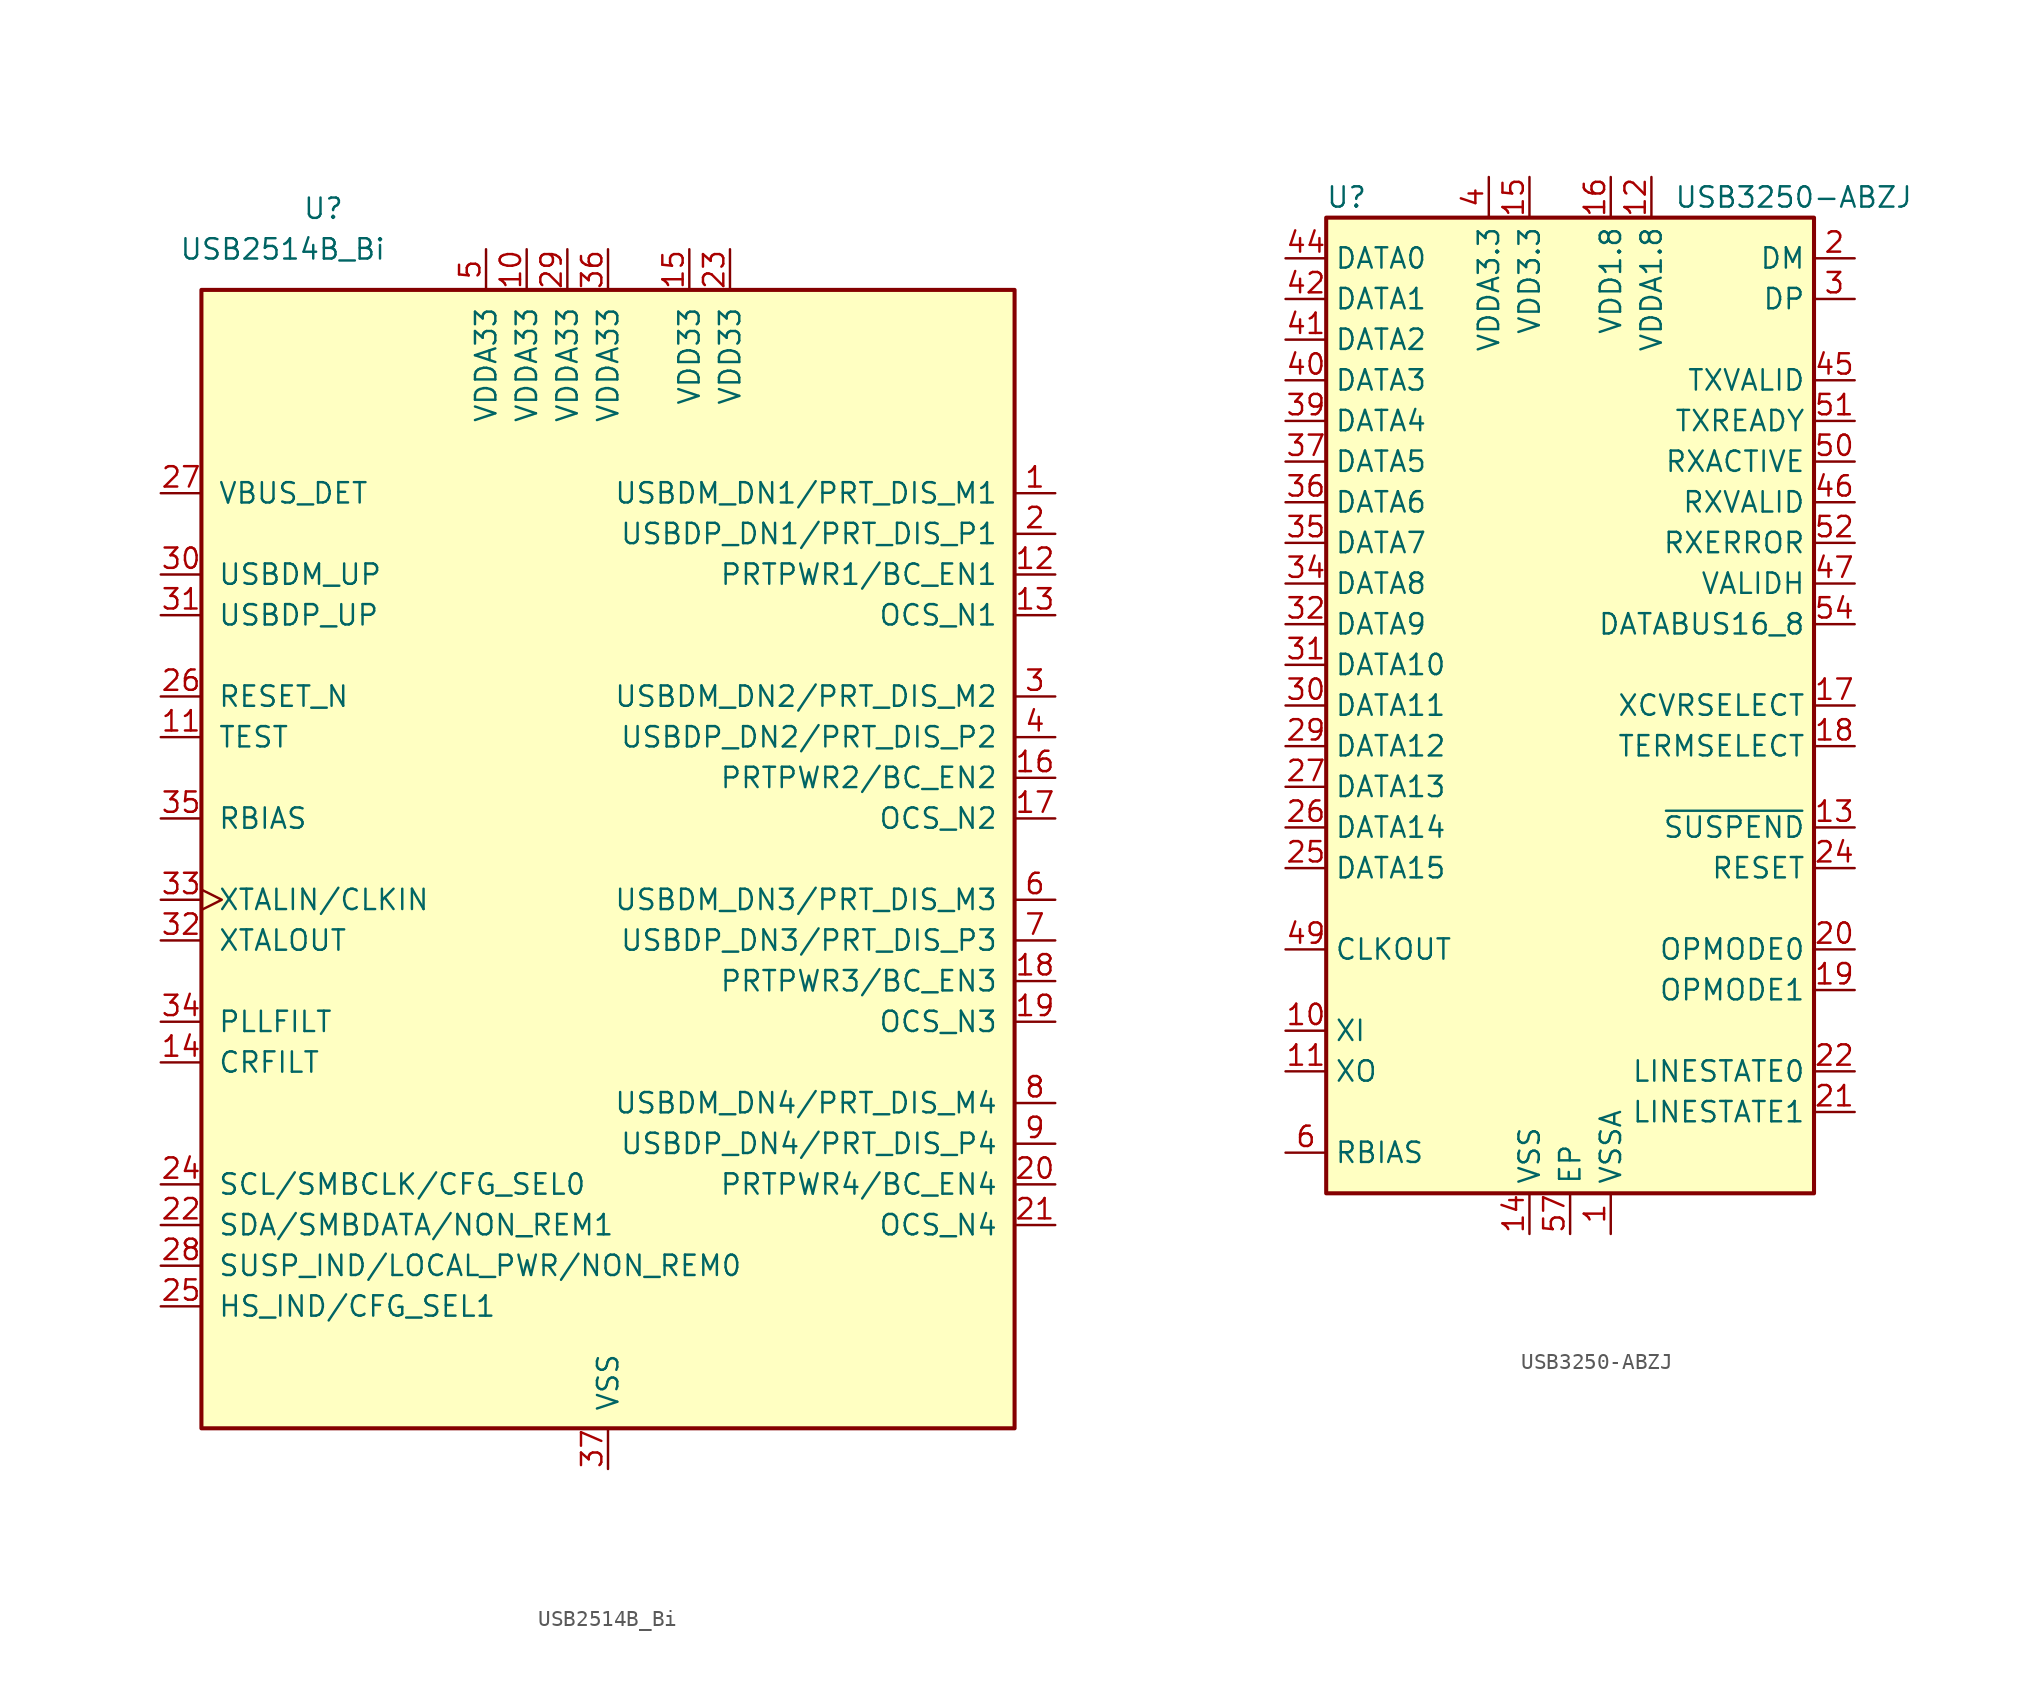
<source format=kicad_sym>
(kicad_symbol_lib
  (version 20241209)
  (generator "kicad_symbol_editor")
  (generator_version "9.0")
  (symbol "USB2514B_Bi"
    (pin_names
      (offset 1.016))
    (property "Reference" "U"
      (at -17.78 40.64 0)
      (effects (font (size 1.27 1.27))))
    (property "Value" "USB2514B_Bi"
      (at -20.32 38.1 0)
      (effects (font (size 1.27 1.27))))
    (symbol "USB2514B_Bi_0_1"
      (rectangle (start -25.4 35.56) (end 25.4 -35.56) (stroke (width 0.254) (type default)) (fill (type background))))
    (symbol "USB2514B_Bi_1_1"
      (pin input line (at -27.94 22.86 0) (length 2.54) (name "VBUS_DET" (effects (font (size 1.27 1.27)))) (number "27" (effects (font (size 1.27 1.27)))))
      (pin bidirectional line (at -27.94 17.78 0) (length 2.54) (name "USBDM_UP" (effects (font (size 1.27 1.27)))) (number "30" (effects (font (size 1.27 1.27)))))
      (pin bidirectional line (at -27.94 15.24 0) (length 2.54) (name "USBDP_UP" (effects (font (size 1.27 1.27)))) (number "31" (effects (font (size 1.27 1.27)))))
      (pin input line (at -27.94 10.16 0) (length 2.54) (name "RESET_N" (effects (font (size 1.27 1.27)))) (number "26" (effects (font (size 1.27 1.27)))))
      (pin input line (at -27.94 7.62 0) (length 2.54) (name "TEST" (effects (font (size 1.27 1.27)))) (number "11" (effects (font (size 1.27 1.27)))))
      (pin input line (at -27.94 2.54 0) (length 2.54) (name "RBIAS" (effects (font (size 1.27 1.27)))) (number "35" (effects (font (size 1.27 1.27)))))
      (pin input clock (at -27.94 -2.54 0) (length 2.54) (name "XTALIN/CLKIN" (effects (font (size 1.27 1.27)))) (number "33" (effects (font (size 1.27 1.27)))))
      (pin output line (at -27.94 -5.08 0) (length 2.54) (name "XTALOUT" (effects (font (size 1.27 1.27)))) (number "32" (effects (font (size 1.27 1.27)))))
      (pin input line (at -27.94 -10.16 0) (length 2.54) (name "PLLFILT" (effects (font (size 1.27 1.27)))) (number "34" (effects (font (size 1.27 1.27)))))
      (pin input line (at -27.94 -12.7 0) (length 2.54) (name "CRFILT" (effects (font (size 1.27 1.27)))) (number "14" (effects (font (size 1.27 1.27)))))
      (pin bidirectional line (at -27.94 -20.32 0) (length 2.54) (name "SCL/SMBCLK/CFG_SEL0" (effects (font (size 1.27 1.27)))) (number "24" (effects (font (size 1.27 1.27)))))
      (pin bidirectional line (at -27.94 -22.86 0) (length 2.54) (name "SDA/SMBDATA/NON_REM1" (effects (font (size 1.27 1.27)))) (number "22" (effects (font (size 1.27 1.27)))))
      (pin bidirectional line (at -27.94 -25.4 0) (length 2.54) (name "SUSP_IND/LOCAL_PWR/NON_REM0" (effects (font (size 1.27 1.27)))) (number "28" (effects (font (size 1.27 1.27)))))
      (pin bidirectional line (at -27.94 -27.94 0) (length 2.54) (name "HS_IND/CFG_SEL1" (effects (font (size 1.27 1.27)))) (number "25" (effects (font (size 1.27 1.27)))))
      (pin power_in line (at -7.62 38.1 270) (length 2.54) (name "VDDA33" (effects (font (size 1.27 1.27)))) (number "5" (effects (font (size 1.27 1.27)))))
      (pin power_in line (at -5.08 38.1 270) (length 2.54) (name "VDDA33" (effects (font (size 1.27 1.27)))) (number "10" (effects (font (size 1.27 1.27)))))
      (pin power_in line (at -2.54 38.1 270) (length 2.54) (name "VDDA33" (effects (font (size 1.27 1.27)))) (number "29" (effects (font (size 1.27 1.27)))))
      (pin power_in line (at 0 38.1 270) (length 2.54) (name "VDDA33" (effects (font (size 1.27 1.27)))) (number "36" (effects (font (size 1.27 1.27)))))
      (pin power_in line (at 0 -38.1 90) (length 2.54) (name "VSS" (effects (font (size 1.27 1.27)))) (number "37" (effects (font (size 1.27 1.27)))))
      (pin power_in line (at 5.08 38.1 270) (length 2.54) (name "VDD33" (effects (font (size 1.27 1.27)))) (number "15" (effects (font (size 1.27 1.27)))))
      (pin power_in line (at 7.62 38.1 270) (length 2.54) (name "VDD33" (effects (font (size 1.27 1.27)))) (number "23" (effects (font (size 1.27 1.27)))))
      (pin bidirectional line (at 27.94 22.86 180) (length 2.54) (name "USBDM_DN1/PRT_DIS_M1" (effects (font (size 1.27 1.27)))) (number "1" (effects (font (size 1.27 1.27)))))
      (pin bidirectional line (at 27.94 20.32 180) (length 2.54) (name "USBDP_DN1/PRT_DIS_P1" (effects (font (size 1.27 1.27)))) (number "2" (effects (font (size 1.27 1.27)))))
      (pin bidirectional line (at 27.94 17.78 180) (length 2.54) (name "PRTPWR1/BC_EN1" (effects (font (size 1.27 1.27)))) (number "12" (effects (font (size 1.27 1.27)))))
      (pin input line (at 27.94 15.24 180) (length 2.54) (name "OCS_N1" (effects (font (size 1.27 1.27)))) (number "13" (effects (font (size 1.27 1.27)))))
      (pin bidirectional line (at 27.94 10.16 180) (length 2.54) (name "USBDM_DN2/PRT_DIS_M2" (effects (font (size 1.27 1.27)))) (number "3" (effects (font (size 1.27 1.27)))))
      (pin bidirectional line (at 27.94 7.62 180) (length 2.54) (name "USBDP_DN2/PRT_DIS_P2" (effects (font (size 1.27 1.27)))) (number "4" (effects (font (size 1.27 1.27)))))
      (pin bidirectional line (at 27.94 5.08 180) (length 2.54) (name "PRTPWR2/BC_EN2" (effects (font (size 1.27 1.27)))) (number "16" (effects (font (size 1.27 1.27)))))
      (pin input line (at 27.94 2.54 180) (length 2.54) (name "OCS_N2" (effects (font (size 1.27 1.27)))) (number "17" (effects (font (size 1.27 1.27)))))
      (pin bidirectional line (at 27.94 -2.54 180) (length 2.54) (name "USBDM_DN3/PRT_DIS_M3" (effects (font (size 1.27 1.27)))) (number "6" (effects (font (size 1.27 1.27)))))
      (pin bidirectional line (at 27.94 -5.08 180) (length 2.54) (name "USBDP_DN3/PRT_DIS_P3" (effects (font (size 1.27 1.27)))) (number "7" (effects (font (size 1.27 1.27)))))
      (pin bidirectional line (at 27.94 -7.62 180) (length 2.54) (name "PRTPWR3/BC_EN3" (effects (font (size 1.27 1.27)))) (number "18" (effects (font (size 1.27 1.27)))))
      (pin input line (at 27.94 -10.16 180) (length 2.54) (name "OCS_N3" (effects (font (size 1.27 1.27)))) (number "19" (effects (font (size 1.27 1.27)))))
      (pin bidirectional line (at 27.94 -15.24 180) (length 2.54) (name "USBDM_DN4/PRT_DIS_M4" (effects (font (size 1.27 1.27)))) (number "8" (effects (font (size 1.27 1.27)))))
      (pin bidirectional line (at 27.94 -17.78 180) (length 2.54) (name "USBDP_DN4/PRT_DIS_P4" (effects (font (size 1.27 1.27)))) (number "9" (effects (font (size 1.27 1.27)))))
      (pin bidirectional line (at 27.94 -20.32 180) (length 2.54) (name "PRTPWR4/BC_EN4" (effects (font (size 1.27 1.27)))) (number "20" (effects (font (size 1.27 1.27)))))
      (pin input line (at 27.94 -22.86 180) (length 2.54) (name "OCS_N4" (effects (font (size 1.27 1.27)))) (number "21" (effects (font (size 1.27 1.27)))))))
  (symbol "USB3250-ABZJ"
    (property "Reference" "U"
      (at -13.97 31.75 0)
      (effects (font (size 1.27 1.27))))
    (property "Value" "USB3250-ABZJ"
      (at 13.97 31.75 0)
      (effects (font (size 1.27 1.27))))
    (symbol "USB3250-ABZJ_0_1"
      (rectangle (start 15.24 -30.48) (end -15.24 30.48) (stroke (width 0.254) (type default)) (fill (type background))))
    (symbol "USB3250-ABZJ_1_1"
      (pin bidirectional line (at -17.78 27.94 0) (length 2.54) (name "DATA0" (effects (font (size 1.27 1.27)))) (number "44" (effects (font (size 1.27 1.27)))))
      (pin bidirectional line (at -17.78 25.4 0) (length 2.54) (name "DATA1" (effects (font (size 1.27 1.27)))) (number "42" (effects (font (size 1.27 1.27)))))
      (pin bidirectional line (at -17.78 22.86 0) (length 2.54) (name "DATA2" (effects (font (size 1.27 1.27)))) (number "41" (effects (font (size 1.27 1.27)))))
      (pin bidirectional line (at -17.78 20.32 0) (length 2.54) (name "DATA3" (effects (font (size 1.27 1.27)))) (number "40" (effects (font (size 1.27 1.27)))))
      (pin bidirectional line (at -17.78 17.78 0) (length 2.54) (name "DATA4" (effects (font (size 1.27 1.27)))) (number "39" (effects (font (size 1.27 1.27)))))
      (pin bidirectional line (at -17.78 15.24 0) (length 2.54) (name "DATA5" (effects (font (size 1.27 1.27)))) (number "37" (effects (font (size 1.27 1.27)))))
      (pin bidirectional line (at -17.78 12.7 0) (length 2.54) (name "DATA6" (effects (font (size 1.27 1.27)))) (number "36" (effects (font (size 1.27 1.27)))))
      (pin bidirectional line (at -17.78 10.16 0) (length 2.54) (name "DATA7" (effects (font (size 1.27 1.27)))) (number "35" (effects (font (size 1.27 1.27)))))
      (pin bidirectional line (at -17.78 7.62 0) (length 2.54) (name "DATA8" (effects (font (size 1.27 1.27)))) (number "34" (effects (font (size 1.27 1.27)))))
      (pin bidirectional line (at -17.78 5.08 0) (length 2.54) (name "DATA9" (effects (font (size 1.27 1.27)))) (number "32" (effects (font (size 1.27 1.27)))))
      (pin bidirectional line (at -17.78 2.54 0) (length 2.54) (name "DATA10" (effects (font (size 1.27 1.27)))) (number "31" (effects (font (size 1.27 1.27)))))
      (pin bidirectional line (at -17.78 0 0) (length 2.54) (name "DATA11" (effects (font (size 1.27 1.27)))) (number "30" (effects (font (size 1.27 1.27)))))
      (pin bidirectional line (at -17.78 -2.54 0) (length 2.54) (name "DATA12" (effects (font (size 1.27 1.27)))) (number "29" (effects (font (size 1.27 1.27)))))
      (pin bidirectional line (at -17.78 -5.08 0) (length 2.54) (name "DATA13" (effects (font (size 1.27 1.27)))) (number "27" (effects (font (size 1.27 1.27)))))
      (pin bidirectional line (at -17.78 -7.62 0) (length 2.54) (name "DATA14" (effects (font (size 1.27 1.27)))) (number "26" (effects (font (size 1.27 1.27)))))
      (pin bidirectional line (at -17.78 -10.16 0) (length 2.54) (name "DATA15" (effects (font (size 1.27 1.27)))) (number "25" (effects (font (size 1.27 1.27)))))
      (pin output line (at -17.78 -15.24 0) (length 2.54) (name "CLKOUT" (effects (font (size 1.27 1.27)))) (number "49" (effects (font (size 1.27 1.27)))))
      (pin input line (at -17.78 -20.32 0) (length 2.54) (name "XI" (effects (font (size 1.27 1.27)))) (number "10" (effects (font (size 1.27 1.27)))))
      (pin output line (at -17.78 -22.86 0) (length 2.54) (name "XO" (effects (font (size 1.27 1.27)))) (number "11" (effects (font (size 1.27 1.27)))))
      (pin passive line (at -17.78 -27.94 0) (length 2.54) (name "RBIAS" (effects (font (size 1.27 1.27)))) (number "6" (effects (font (size 1.27 1.27)))))
      (pin power_in line (at -5.08 33.02 270) (length 2.54) (name "VDDA3.3" (effects (font (size 1.27 1.27)))) (number "4" (effects (font (size 1.27 1.27)))))
      (pin passive line (at -5.08 33.02 270) (length 2.54) (hide yes) (name "VDDA3.3" (effects (font (size 1.27 1.27)))) (number "7" (effects (font (size 1.27 1.27)))))
      (pin power_in line (at -2.54 33.02 270) (length 2.54) (name "VDD3.3" (effects (font (size 1.27 1.27)))) (number "15" (effects (font (size 1.27 1.27)))))
      (pin passive line (at -2.54 33.02 270) (length 2.54) (hide yes) (name "VDD3.3" (effects (font (size 1.27 1.27)))) (number "28" (effects (font (size 1.27 1.27)))))
      (pin passive line (at -2.54 33.02 270) (length 2.54) (hide yes) (name "VDD3.3" (effects (font (size 1.27 1.27)))) (number "43" (effects (font (size 1.27 1.27)))))
      (pin power_in line (at -2.54 -33.02 90) (length 2.54) (name "VSS" (effects (font (size 1.27 1.27)))) (number "14" (effects (font (size 1.27 1.27)))))
      (pin passive line (at -2.54 -33.02 90) (length 2.54) (hide yes) (name "VSS" (effects (font (size 1.27 1.27)))) (number "33" (effects (font (size 1.27 1.27)))))
      (pin passive line (at -2.54 -33.02 90) (length 2.54) (hide yes) (name "VSS" (effects (font (size 1.27 1.27)))) (number "48" (effects (font (size 1.27 1.27)))))
      (pin passive line (at -2.54 -33.02 90) (length 2.54) (hide yes) (name "VSS" (effects (font (size 1.27 1.27)))) (number "55" (effects (font (size 1.27 1.27)))))
      (pin passive line (at -2.54 -33.02 90) (length 2.54) (hide yes) (name "VSS" (effects (font (size 1.27 1.27)))) (number "56" (effects (font (size 1.27 1.27)))))
      (pin power_in line (at 0 -33.02 90) (length 2.54) (name "EP" (effects (font (size 1.27 1.27)))) (number "57" (effects (font (size 1.27 1.27)))))
      (pin power_in line (at 2.54 33.02 270) (length 2.54) (name "VDD1.8" (effects (font (size 1.27 1.27)))) (number "16" (effects (font (size 1.27 1.27)))))
      (pin passive line (at 2.54 33.02 270) (length 2.54) (hide yes) (name "VDD1.8" (effects (font (size 1.27 1.27)))) (number "23" (effects (font (size 1.27 1.27)))))
      (pin passive line (at 2.54 33.02 270) (length 2.54) (hide yes) (name "VDD1.8" (effects (font (size 1.27 1.27)))) (number "38" (effects (font (size 1.27 1.27)))))
      (pin passive line (at 2.54 33.02 270) (length 2.54) (hide yes) (name "VDD1.8" (effects (font (size 1.27 1.27)))) (number "53" (effects (font (size 1.27 1.27)))))
      (pin power_in line (at 2.54 -33.02 90) (length 2.54) (name "VSSA" (effects (font (size 1.27 1.27)))) (number "1" (effects (font (size 1.27 1.27)))))
      (pin passive line (at 2.54 -33.02 90) (length 2.54) (hide yes) (name "VSSA" (effects (font (size 1.27 1.27)))) (number "5" (effects (font (size 1.27 1.27)))))
      (pin passive line (at 2.54 -33.02 90) (length 2.54) (hide yes) (name "VSSA" (effects (font (size 1.27 1.27)))) (number "8" (effects (font (size 1.27 1.27)))))
      (pin passive line (at 2.54 -33.02 90) (length 2.54) (hide yes) (name "VSSA" (effects (font (size 1.27 1.27)))) (number "9" (effects (font (size 1.27 1.27)))))
      (pin power_in line (at 5.08 33.02 270) (length 2.54) (name "VDDA1.8" (effects (font (size 1.27 1.27)))) (number "12" (effects (font (size 1.27 1.27)))))
      (pin bidirectional line (at 17.78 27.94 180) (length 2.54) (name "DM" (effects (font (size 1.27 1.27)))) (number "2" (effects (font (size 1.27 1.27)))))
      (pin bidirectional line (at 17.78 25.4 180) (length 2.54) (name "DP" (effects (font (size 1.27 1.27)))) (number "3" (effects (font (size 1.27 1.27)))))
      (pin input line (at 17.78 20.32 180) (length 2.54) (name "TXVALID" (effects (font (size 1.27 1.27)))) (number "45" (effects (font (size 1.27 1.27)))))
      (pin output line (at 17.78 17.78 180) (length 2.54) (name "TXREADY" (effects (font (size 1.27 1.27)))) (number "51" (effects (font (size 1.27 1.27)))))
      (pin output line (at 17.78 15.24 180) (length 2.54) (name "RXACTIVE" (effects (font (size 1.27 1.27)))) (number "50" (effects (font (size 1.27 1.27)))))
      (pin output line (at 17.78 12.7 180) (length 2.54) (name "RXVALID" (effects (font (size 1.27 1.27)))) (number "46" (effects (font (size 1.27 1.27)))))
      (pin output line (at 17.78 10.16 180) (length 2.54) (name "RXERROR" (effects (font (size 1.27 1.27)))) (number "52" (effects (font (size 1.27 1.27)))))
      (pin bidirectional line (at 17.78 7.62 180) (length 2.54) (name "VALIDH" (effects (font (size 1.27 1.27)))) (number "47" (effects (font (size 1.27 1.27)))))
      (pin input line (at 17.78 5.08 180) (length 2.54) (name "DATABUS16_8" (effects (font (size 1.27 1.27)))) (number "54" (effects (font (size 1.27 1.27)))))
      (pin input line (at 17.78 0 180) (length 2.54) (name "XCVRSELECT" (effects (font (size 1.27 1.27)))) (number "17" (effects (font (size 1.27 1.27)))))
      (pin input line (at 17.78 -2.54 180) (length 2.54) (name "TERMSELECT" (effects (font (size 1.27 1.27)))) (number "18" (effects (font (size 1.27 1.27)))))
      (pin input line (at 17.78 -7.62 180) (length 2.54) (name "~{SUSPEND}" (effects (font (size 1.27 1.27)))) (number "13" (effects (font (size 1.27 1.27)))))
      (pin input line (at 17.78 -10.16 180) (length 2.54) (name "RESET" (effects (font (size 1.27 1.27)))) (number "24" (effects (font (size 1.27 1.27)))))
      (pin input line (at 17.78 -15.24 180) (length 2.54) (name "OPMODE0" (effects (font (size 1.27 1.27)))) (number "20" (effects (font (size 1.27 1.27)))))
      (pin input line (at 17.78 -17.78 180) (length 2.54) (name "OPMODE1" (effects (font (size 1.27 1.27)))) (number "19" (effects (font (size 1.27 1.27)))))
      (pin output line (at 17.78 -22.86 180) (length 2.54) (name "LINESTATE0" (effects (font (size 1.27 1.27)))) (number "22" (effects (font (size 1.27 1.27)))))
      (pin output line (at 17.78 -25.4 180) (length 2.54) (name "LINESTATE1" (effects (font (size 1.27 1.27)))) (number "21" (effects (font (size 1.27 1.27))))))))
</source>
